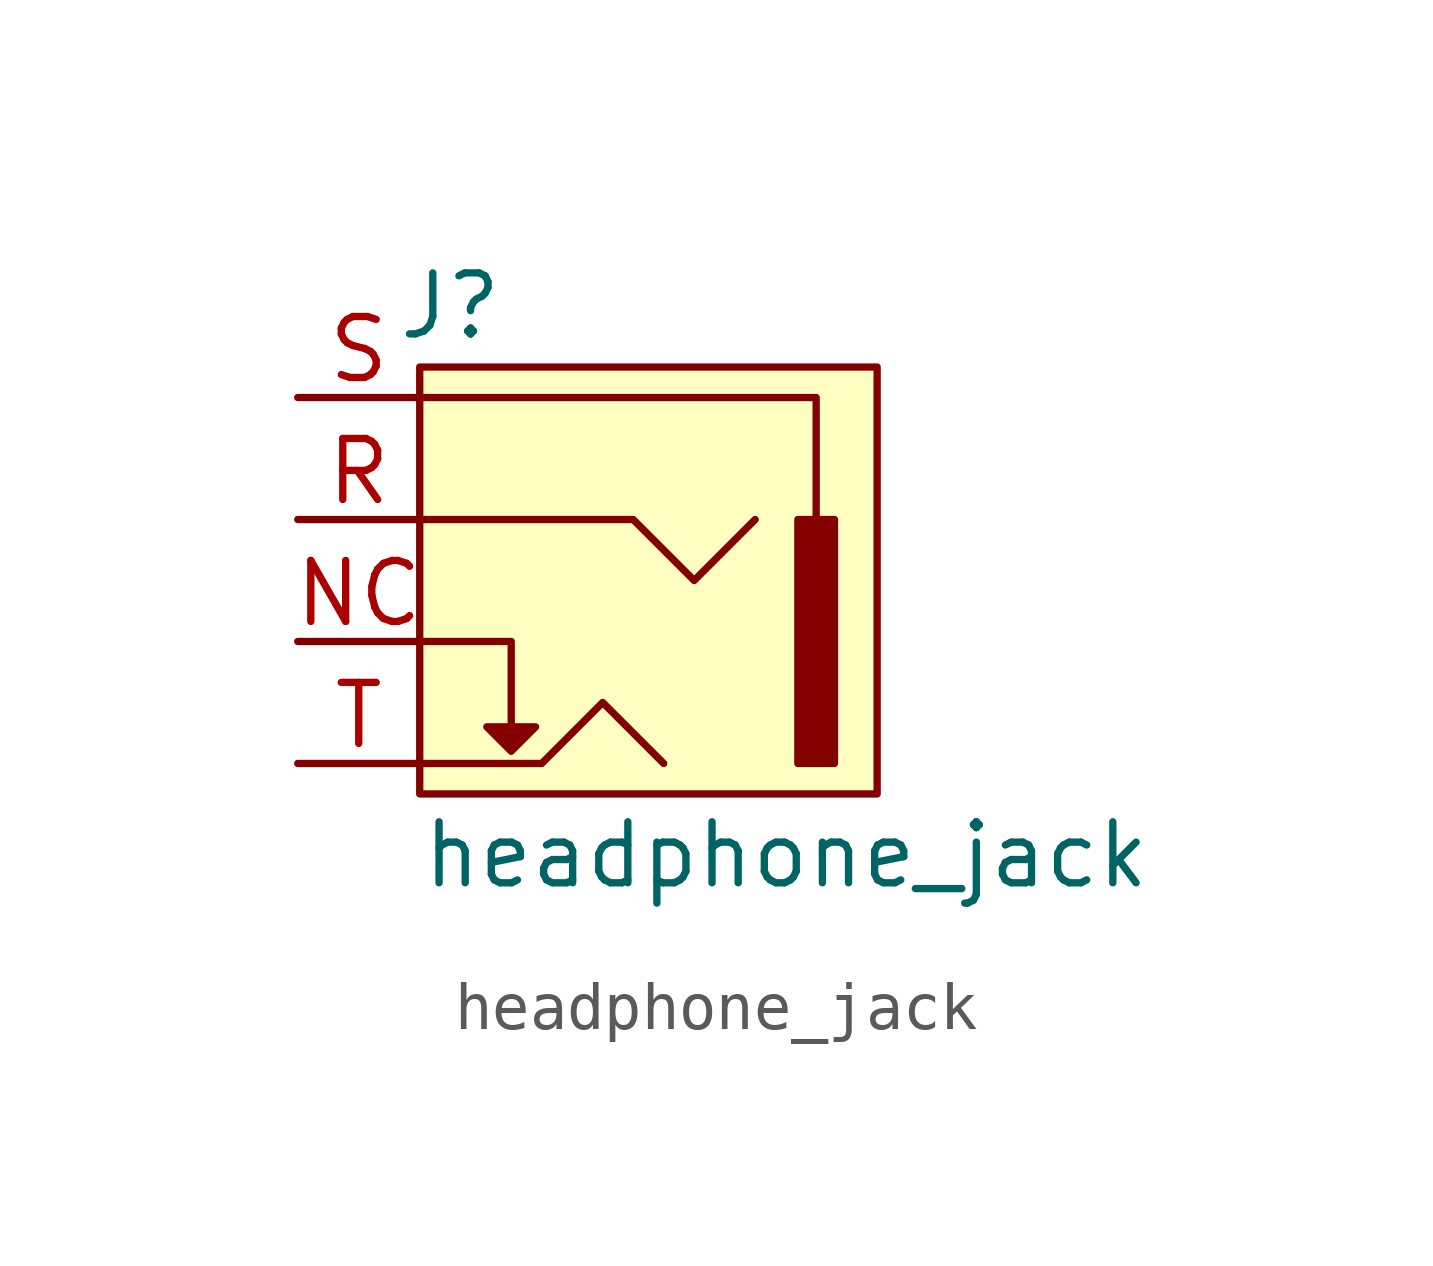
<source format=kicad_sym>
(kicad_symbol_lib
  (version 20220914)
  (generator kicad_symbol_editor)
  (symbol "headphone_jack"
    (pin_names hide)
    (property "Reference" "J"
      (at 3.175 9.525 0)
      (effects (font (size 1.27 1.27))))
    (property "Value" "headphone_jack"
      (at 2.54 -1.905 0)
      (effects (font (size 1.27 1.27)) (justify left)))
    (symbol "headphone_jack_0_1"
      (polyline (pts (xy 2.54 2.54) (xy 4.445 2.54) (xy 4.445 0.635)) (stroke (width 0) (type default)) (fill (type none)))
      (polyline (pts (xy 2.54 7.62) (xy 10.795 7.62) (xy 10.795 5.08)) (stroke (width 0) (type default)) (fill (type none)))
      (polyline (pts (xy 2.54 0) (xy 5.08 0) (xy 6.35 1.27) (xy 7.62 0)) (stroke (width 0) (type default)) (fill (type none)))
      (polyline (pts (xy 2.54 5.08) (xy 6.985 5.08) (xy 8.255 3.81) (xy 9.525 5.08)) (stroke (width 0) (type default)) (fill (type none)))
      (polyline (pts (xy 4.445 0.254) (xy 3.937 0.762) (xy 4.953 0.762) (xy 4.445 0.254)) (stroke (width 0) (type default)) (fill (type outline))))
    (symbol "headphone_jack_1_1"
      (rectangle (start 2.54 8.255) (end 12.065 -0.635) (stroke (width 0) (type default)) (fill (type background)))
      (rectangle (start 10.414 5.08) (end 11.176 0) (stroke (width 0) (type default)) (fill (type outline)))
      (pin passive line (at 0 2.54 0) (length 2.54) (name "" (effects (font (size 1.27 1.27)))) (number "NC" (effects (font (size 1.27 1.27)))))
      (pin passive line (at 0 5.08 0) (length 2.54) (name "" (effects (font (size 1.27 1.27)))) (number "R" (effects (font (size 1.27 1.27)))))
      (pin passive line (at 0 7.62 0) (length 2.54) (name "" (effects (font (size 1.27 1.27)))) (number "S" (effects (font (size 1.27 1.27)))))
      (pin passive line (at 0 0 0) (length 2.54) (name "" (effects (font (size 1.27 1.27)))) (number "T" (effects (font (size 1.27 1.27))))))))
</source>
